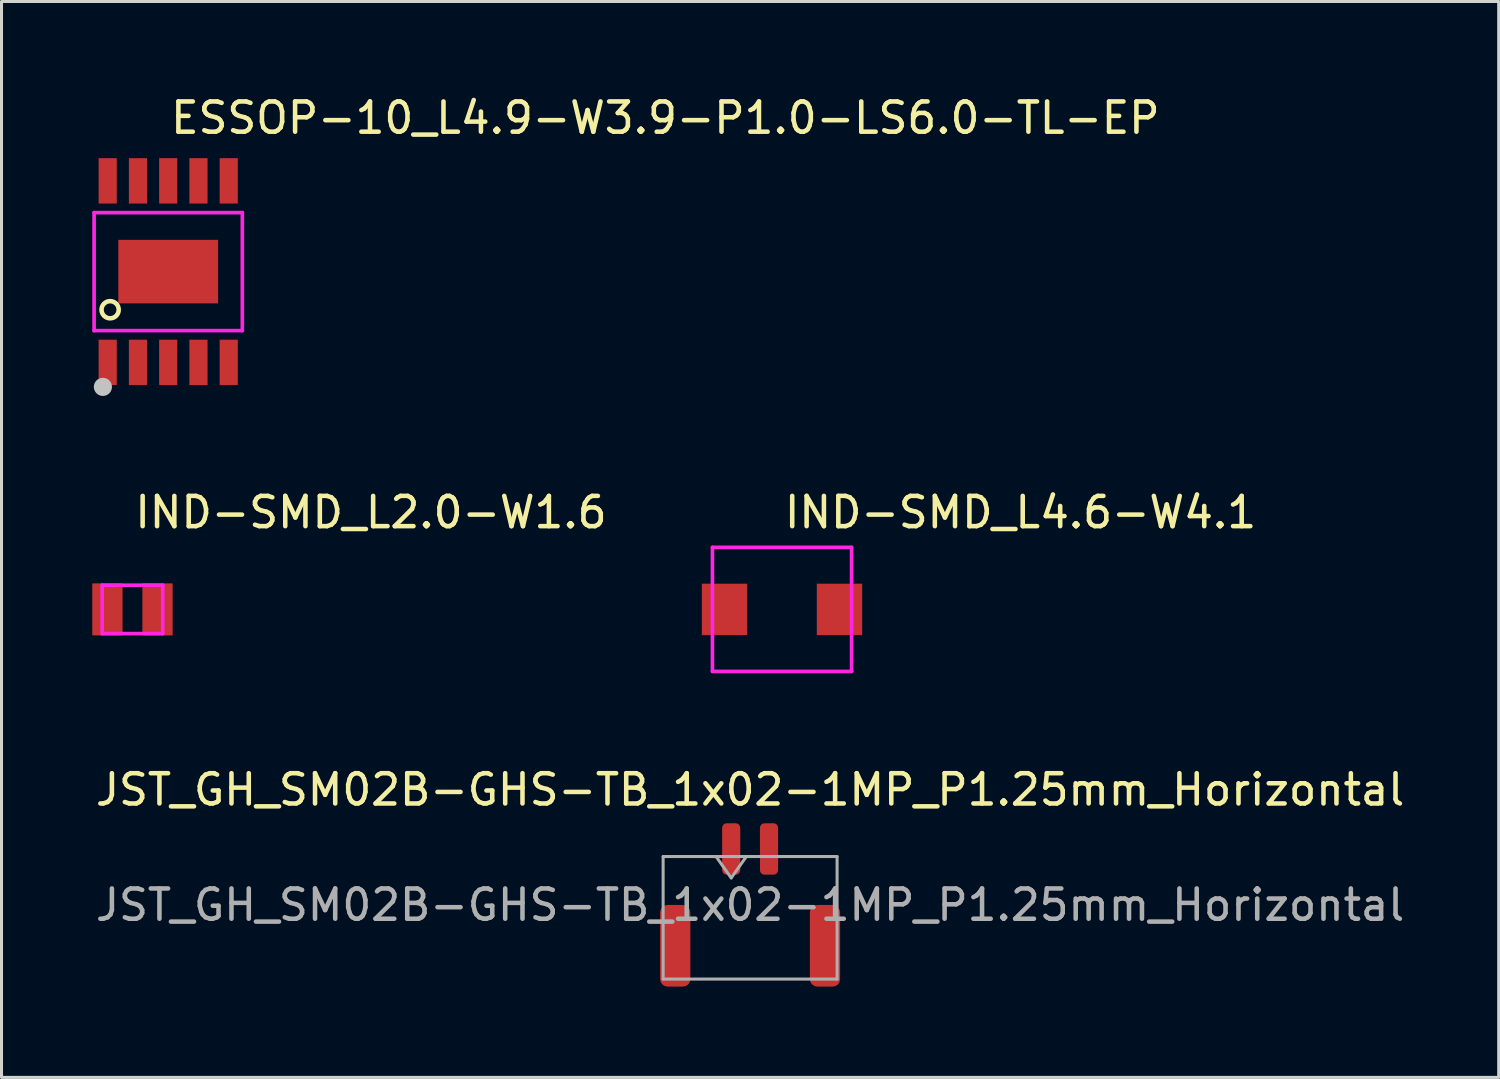
<source format=kicad_pcb>
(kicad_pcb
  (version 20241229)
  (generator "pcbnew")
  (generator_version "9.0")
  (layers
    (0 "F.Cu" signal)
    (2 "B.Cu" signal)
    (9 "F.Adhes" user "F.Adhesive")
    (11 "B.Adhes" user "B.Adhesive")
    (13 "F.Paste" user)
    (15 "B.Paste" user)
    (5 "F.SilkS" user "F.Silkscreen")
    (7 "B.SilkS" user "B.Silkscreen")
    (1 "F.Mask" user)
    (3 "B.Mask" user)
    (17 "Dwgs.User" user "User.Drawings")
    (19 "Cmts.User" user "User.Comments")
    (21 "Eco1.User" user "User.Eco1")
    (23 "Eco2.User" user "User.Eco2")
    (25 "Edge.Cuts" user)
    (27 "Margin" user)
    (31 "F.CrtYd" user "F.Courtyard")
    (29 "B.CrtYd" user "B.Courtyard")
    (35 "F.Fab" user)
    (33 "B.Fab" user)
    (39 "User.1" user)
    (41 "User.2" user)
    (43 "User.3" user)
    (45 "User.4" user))
  (footprint "JST_GH_SM02B-GHS-TB_1x02-1MP_P1.25mm_Horizontal"
    (layer "F.Cu")
    (at 21.744 26.862)
    (property "Reference" "JST_GH_SM02B-GHS-TB_1x02-1MP_P1.25mm_Horizontal" (at 0 -3.81 0) (layer "F.SilkS") (effects (font (size 1 1) (thickness 0.15))))
    (attr smd)
    (fp_line (start -2.875 -1.6) (end -2.875 2.45) (stroke (width 0.1) (type solid)) (layer "F.Fab"))
    (fp_line (start -2.875 -1.6) (end 2.875 -1.6) (stroke (width 0.1) (type solid)) (layer "F.Fab"))
    (fp_line (start -2.875 2.45) (end 2.875 2.45) (stroke (width 0.1) (type solid)) (layer "F.Fab"))
    (fp_line (start -1.125 -1.6) (end -0.625 -0.893) (stroke (width 0.1) (type solid)) (layer "F.Fab"))
    (fp_line (start -0.625 -0.893) (end -0.125 -1.6) (stroke (width 0.1) (type solid)) (layer "F.Fab"))
    (fp_line (start 2.875 -1.6) (end 2.875 2.45) (stroke (width 0.1) (type solid)) (layer "F.Fab"))
    (fp_text user "${REFERENCE}" (at 0 0 0) (layer "F.Fab") (effects (font (size 1 1) (thickness 0.15))))
    (pad "1" smd roundrect (at -0.625 -1.85) (size 0.6 1.7) (layers "F.Cu" "F.Mask" "F.Paste") (roundrect_rratio 0.25))
    (pad "2" smd roundrect (at 0.625 -1.85) (size 0.6 1.7) (layers "F.Cu" "F.Mask" "F.Paste") (roundrect_rratio 0.25))
    (pad "3" smd roundrect (at -2.475 1.35) (size 1 2.7) (layers "F.Cu" "F.Mask" "F.Paste") (roundrect_rratio 0.25))
    (pad "4" smd roundrect (at 2.475 1.35) (size 1 2.7) (layers "F.Cu" "F.Mask" "F.Paste") (roundrect_rratio 0.25)))
  (footprint "IND-SMD_L4.6-W4.1"
    (layer "F.Cu")
    (at 22.799 17.093)
    (property "Reference" "IND-SMD_L4.6-W4.1" (at 0 -3.207 0) (layer "F.SilkS") (effects (font (size 1 1) (thickness 0.15)) (justify left)))
    (attr through_hole)
    (fp_circle (center -2.3 2.05) (end -2.27 2.05) (stroke (width 0.06) (type solid)) (fill no) (layer "Eco2.User"))
    (fp_poly (pts (xy -1.3 -0.75) (xy -1.3 0.75) (xy -2.3 0.75) (xy -2.3 -0.75)) (stroke (width 0.12) (type solid)) (fill no) (layer "Eco2.User"))
    (fp_poly (pts (xy 2.3 -0.75) (xy 2.3 0.75) (xy 1.3 0.75) (xy 1.3 -0.75)) (stroke (width 0.12) (type solid)) (fill no) (layer "Eco2.User"))
    (fp_line (start -2.3 -2.05) (end 2.3 -2.05) (stroke (width 0.12) (type solid)) (layer "F.CrtYd"))
    (fp_line (start -2.3 2.05) (end -2.3 -2.05) (stroke (width 0.12) (type solid)) (layer "F.CrtYd"))
    (fp_line (start 2.3 -2.05) (end 2.3 2.05) (stroke (width 0.12) (type solid)) (layer "F.CrtYd"))
    (fp_line (start 2.3 2.05) (end -2.3 2.05) (stroke (width 0.12) (type solid)) (layer "F.CrtYd"))
    (pad "1" smd rect (at -1.9 0 90) (size 1.7 1.5) (layers "F.Cu" "F.Mask" "F.Paste"))
    (pad "2" smd rect (at 1.9 0 90) (size 1.7 1.5) (layers "F.Cu" "F.Mask" "F.Paste")))
  (footprint "ESSOP-10_L4.9-W3.9-P1.0-LS6.0-TL-EP"
    (layer "F.Cu")
    (at 2.51 5.928)
    (property "Reference" "ESSOP-10_L4.9-W3.9-P1.0-LS6.0-TL-EP" (at 0 -5.08 0) (layer "F.SilkS") (effects (font (size 1 1) (thickness 0.15)) (justify left)))
    (attr through_hole)
    (fp_circle (center -1.92 1.26) (end -1.636 1.26) (stroke (width 0.15) (type solid)) (fill no) (layer "F.SilkS"))
    (fp_circle (center -2.159 3.81) (end -2.009 3.81) (stroke (width 0.3) (type solid)) (fill no) (layer "Dwgs.User"))
    (fp_line (start -2.2 -2.39) (end -1.8 -2.39) (stroke (width 0.12) (type solid)) (layer "Eco2.User"))
    (fp_line (start -2.2 -1.94) (end -2.2 -2.39) (stroke (width 0.12) (type solid)) (layer "Eco2.User"))
    (fp_line (start -2.2 1.94) (end -1.8 1.94) (stroke (width 0.12) (type solid)) (layer "Eco2.User"))
    (fp_line (start -2.2 2.39) (end -2.2 1.94) (stroke (width 0.12) (type solid)) (layer "Eco2.User"))
    (fp_line (start -1.8 -2.39) (end -1.8 -1.94) (stroke (width 0.12) (type solid)) (layer "Eco2.User"))
    (fp_line (start -1.8 -1.94) (end -2.2 -1.94) (stroke (width 0.12) (type solid)) (layer "Eco2.User"))
    (fp_line (start -1.8 1.94) (end -1.8 2.39) (stroke (width 0.12) (type solid)) (layer "Eco2.User"))
    (fp_line (start -1.8 2.39) (end -2.2 2.39) (stroke (width 0.12) (type solid)) (layer "Eco2.User"))
    (fp_line (start -1.2 -2.39) (end -0.8 -2.39) (stroke (width 0.12) (type solid)) (layer "Eco2.User"))
    (fp_line (start -1.2 -1.94) (end -1.2 -2.39) (stroke (width 0.12) (type solid)) (layer "Eco2.User"))
    (fp_line (start -1.2 1.94) (end -0.8 1.94) (stroke (width 0.12) (type solid)) (layer "Eco2.User"))
    (fp_line (start -1.2 2.39) (end -1.2 1.94) (stroke (width 0.12) (type solid)) (layer "Eco2.User"))
    (fp_line (start -0.8 -2.39) (end -0.8 -1.94) (stroke (width 0.12) (type solid)) (layer "Eco2.User"))
    (fp_line (start -0.8 -1.94) (end -1.2 -1.94) (stroke (width 0.12) (type solid)) (layer "Eco2.User"))
    (fp_line (start -0.8 1.94) (end -0.8 2.39) (stroke (width 0.12) (type solid)) (layer "Eco2.User"))
    (fp_line (start -0.8 2.39) (end -1.2 2.39) (stroke (width 0.12) (type solid)) (layer "Eco2.User"))
    (fp_line (start -0.2 -2.39) (end 0.2 -2.39) (stroke (width 0.12) (type solid)) (layer "Eco2.User"))
    (fp_line (start -0.2 -1.94) (end -0.2 -2.39) (stroke (width 0.12) (type solid)) (layer "Eco2.User"))
    (fp_line (start -0.2 1.94) (end 0.2 1.94) (stroke (width 0.12) (type solid)) (layer "Eco2.User"))
    (fp_line (start -0.2 2.39) (end -0.2 1.94) (stroke (width 0.12) (type solid)) (layer "Eco2.User"))
    (fp_line (start 0.2 -2.39) (end 0.2 -1.94) (stroke (width 0.12) (type solid)) (layer "Eco2.User"))
    (fp_line (start 0.2 -1.94) (end -0.2 -1.94) (stroke (width 0.12) (type solid)) (layer "Eco2.User"))
    (fp_line (start 0.2 1.94) (end 0.2 2.39) (stroke (width 0.12) (type solid)) (layer "Eco2.User"))
    (fp_line (start 0.2 2.39) (end -0.2 2.39) (stroke (width 0.12) (type solid)) (layer "Eco2.User"))
    (fp_line (start 0.8 -2.39) (end 1.2 -2.39) (stroke (width 0.12) (type solid)) (layer "Eco2.User"))
    (fp_line (start 0.8 -1.94) (end 0.8 -2.39) (stroke (width 0.12) (type solid)) (layer "Eco2.User"))
    (fp_line (start 0.8 1.94) (end 1.2 1.94) (stroke (width 0.12) (type solid)) (layer "Eco2.User"))
    (fp_line (start 0.8 2.39) (end 0.8 1.94) (stroke (width 0.12) (type solid)) (layer "Eco2.User"))
    (fp_line (start 1.2 -2.39) (end 1.2 -1.94) (stroke (width 0.12) (type solid)) (layer "Eco2.User"))
    (fp_line (start 1.2 -1.94) (end 0.8 -1.94) (stroke (width 0.12) (type solid)) (layer "Eco2.User"))
    (fp_line (start 1.2 1.94) (end 1.2 2.39) (stroke (width 0.12) (type solid)) (layer "Eco2.User"))
    (fp_line (start 1.2 2.39) (end 0.8 2.39) (stroke (width 0.12) (type solid)) (layer "Eco2.User"))
    (fp_line (start 1.8 -2.39) (end 2.2 -2.39) (stroke (width 0.12) (type solid)) (layer "Eco2.User"))
    (fp_line (start 1.8 -1.94) (end 1.8 -2.39) (stroke (width 0.12) (type solid)) (layer "Eco2.User"))
    (fp_line (start 1.8 1.94) (end 2.2 1.94) (stroke (width 0.12) (type solid)) (layer "Eco2.User"))
    (fp_line (start 1.8 2.39) (end 1.8 1.94) (stroke (width 0.12) (type solid)) (layer "Eco2.User"))
    (fp_line (start 2.2 -2.39) (end 2.2 -1.94) (stroke (width 0.12) (type solid)) (layer "Eco2.User"))
    (fp_line (start 2.2 -1.94) (end 1.8 -1.94) (stroke (width 0.12) (type solid)) (layer "Eco2.User"))
    (fp_line (start 2.2 1.94) (end 2.2 2.39) (stroke (width 0.12) (type solid)) (layer "Eco2.User"))
    (fp_line (start 2.2 2.39) (end 1.8 2.39) (stroke (width 0.12) (type solid)) (layer "Eco2.User"))
    (fp_circle (center -2.45 3) (end -2.42 3) (stroke (width 0.06) (type solid)) (fill no) (layer "Eco2.User"))
    (fp_poly (pts (xy -2.2 -2.38) (xy -2.2 -3) (xy -1.8 -3) (xy -1.8 -2.38)) (stroke (width 0.12) (type solid)) (fill no) (layer "Eco2.User"))
    (fp_poly (pts (xy -2.2 3) (xy -2.2 2.38) (xy -1.8 2.38) (xy -1.8 3)) (stroke (width 0.12) (type solid)) (fill no) (layer "Eco2.User"))
    (fp_poly (pts (xy -1.2 -2.38) (xy -1.2 -3) (xy -0.8 -3) (xy -0.8 -2.38)) (stroke (width 0.12) (type solid)) (fill no) (layer "Eco2.User"))
    (fp_poly (pts (xy -1.2 3) (xy -1.2 2.38) (xy -0.8 2.38) (xy -0.8 3)) (stroke (width 0.12) (type solid)) (fill no) (layer "Eco2.User"))
    (fp_poly (pts (xy -0.2 -2.38) (xy -0.2 -3) (xy 0.2 -3) (xy 0.2 -2.38)) (stroke (width 0.12) (type solid)) (fill no) (layer "Eco2.User"))
    (fp_poly (pts (xy -0.2 3) (xy -0.2 2.38) (xy 0.2 2.38) (xy 0.2 3)) (stroke (width 0.12) (type solid)) (fill no) (layer "Eco2.User"))
    (fp_poly (pts (xy 0.8 -2.38) (xy 0.8 -3) (xy 1.2 -3) (xy 1.2 -2.38)) (stroke (width 0.12) (type solid)) (fill no) (layer "Eco2.User"))
    (fp_poly (pts (xy 0.8 3) (xy 0.8 2.38) (xy 1.2 2.38) (xy 1.2 3)) (stroke (width 0.12) (type solid)) (fill no) (layer "Eco2.User"))
    (fp_poly (pts (xy 1.65 1.05) (xy -1.65 1.05) (xy -1.65 -1.05) (xy 1.65 -1.05)) (stroke (width 0.12) (type solid)) (fill no) (layer "Eco2.User"))
    (fp_poly (pts (xy 1.8 -2.38) (xy 1.8 -3) (xy 2.2 -3) (xy 2.2 -2.38)) (stroke (width 0.12) (type solid)) (fill no) (layer "Eco2.User"))
    (fp_poly (pts (xy 1.8 3) (xy 1.8 2.38) (xy 2.2 2.38) (xy 2.2 3)) (stroke (width 0.12) (type solid)) (fill no) (layer "Eco2.User"))
    (fp_line (start -2.45 -1.95) (end 2.45 -1.95) (stroke (width 0.12) (type solid)) (layer "F.CrtYd"))
    (fp_line (start -2.45 1.95) (end -2.45 -1.95) (stroke (width 0.12) (type solid)) (layer "F.CrtYd"))
    (fp_line (start 2.45 -1.95) (end 2.45 1.95) (stroke (width 0.12) (type solid)) (layer "F.CrtYd"))
    (fp_line (start 2.45 1.95) (end -2.45 1.95) (stroke (width 0.12) (type solid)) (layer "F.CrtYd"))
    (pad "1" smd rect (at -2 3 90) (size 1.5 0.6) (layers "F.Cu" "F.Mask" "F.Paste"))
    (pad "2" smd rect (at -1 3 90) (size 1.5 0.6) (layers "F.Cu" "F.Mask" "F.Paste"))
    (pad "3" smd rect (at 0 3 90) (size 1.5 0.6) (layers "F.Cu" "F.Mask" "F.Paste"))
    (pad "4" smd rect (at 1 3 90) (size 1.5 0.6) (layers "F.Cu" "F.Mask" "F.Paste"))
    (pad "5" smd rect (at 2 3 90) (size 1.5 0.6) (layers "F.Cu" "F.Mask" "F.Paste"))
    (pad "6" smd rect (at 2 -3 90) (size 1.5 0.6) (layers "F.Cu" "F.Mask" "F.Paste"))
    (pad "7" smd rect (at 1 -3 90) (size 1.5 0.6) (layers "F.Cu" "F.Mask" "F.Paste"))
    (pad "8" smd rect (at 0 -3 90) (size 1.5 0.6) (layers "F.Cu" "F.Mask" "F.Paste"))
    (pad "9" smd rect (at -1 -3 90) (size 1.5 0.6) (layers "F.Cu" "F.Mask" "F.Paste"))
    (pad "10" smd rect (at -2 -3 90) (size 1.5 0.6) (layers "F.Cu" "F.Mask" "F.Paste"))
    (pad "11" smd rect (at 0 0 180) (size 3.3 2.1) (layers "F.Cu" "F.Mask" "F.Paste")))
  (footprint "IND-SMD_L2.0-W1.6"
    (layer "F.Cu")
    (at 1.328 17.093)
    (property "Reference" "IND-SMD_L2.0-W1.6" (at 0 -3.207 0) (layer "F.SilkS") (effects (font (size 1 1) (thickness 0.15)) (justify left)))
    (attr through_hole)
    (fp_circle (center 1 -0.8) (end 1.03 -0.8) (stroke (width 0.06) (type solid)) (fill no) (layer "Eco2.User"))
    (fp_poly (pts (xy -1 -0.8) (xy -0.4 -0.8) (xy -0.4 0.8) (xy -1 0.8)) (stroke (width 0.12) (type solid)) (fill no) (layer "Eco2.User"))
    (fp_poly (pts (xy 0.4 -0.8) (xy 1 -0.8) (xy 1 0.8) (xy 0.4 0.8)) (stroke (width 0.12) (type solid)) (fill no) (layer "Eco2.User"))
    (fp_line (start -1 -0.8) (end 1 -0.8) (stroke (width 0.12) (type solid)) (layer "F.CrtYd"))
    (fp_line (start -1 0.8) (end -1 -0.8) (stroke (width 0.12) (type solid)) (layer "F.CrtYd"))
    (fp_line (start 1 -0.8) (end 1 0.8) (stroke (width 0.12) (type solid)) (layer "F.CrtYd"))
    (fp_line (start 1 0.8) (end -1 0.8) (stroke (width 0.12) (type solid)) (layer "F.CrtYd"))
    (pad "1" smd rect (at 0.828 0) (size 1 1.72) (layers "F.Cu" "F.Mask" "F.Paste"))
    (pad "2" smd rect (at -0.828 0) (size 1 1.72) (layers "F.Cu" "F.Mask" "F.Paste")))
  (gr_rect
    (start -3 -3)
    (end 46.488 32.562)
    (stroke (width 0.1) (type default))
    (fill no)
    (layer "Edge.Cuts")))
</source>
